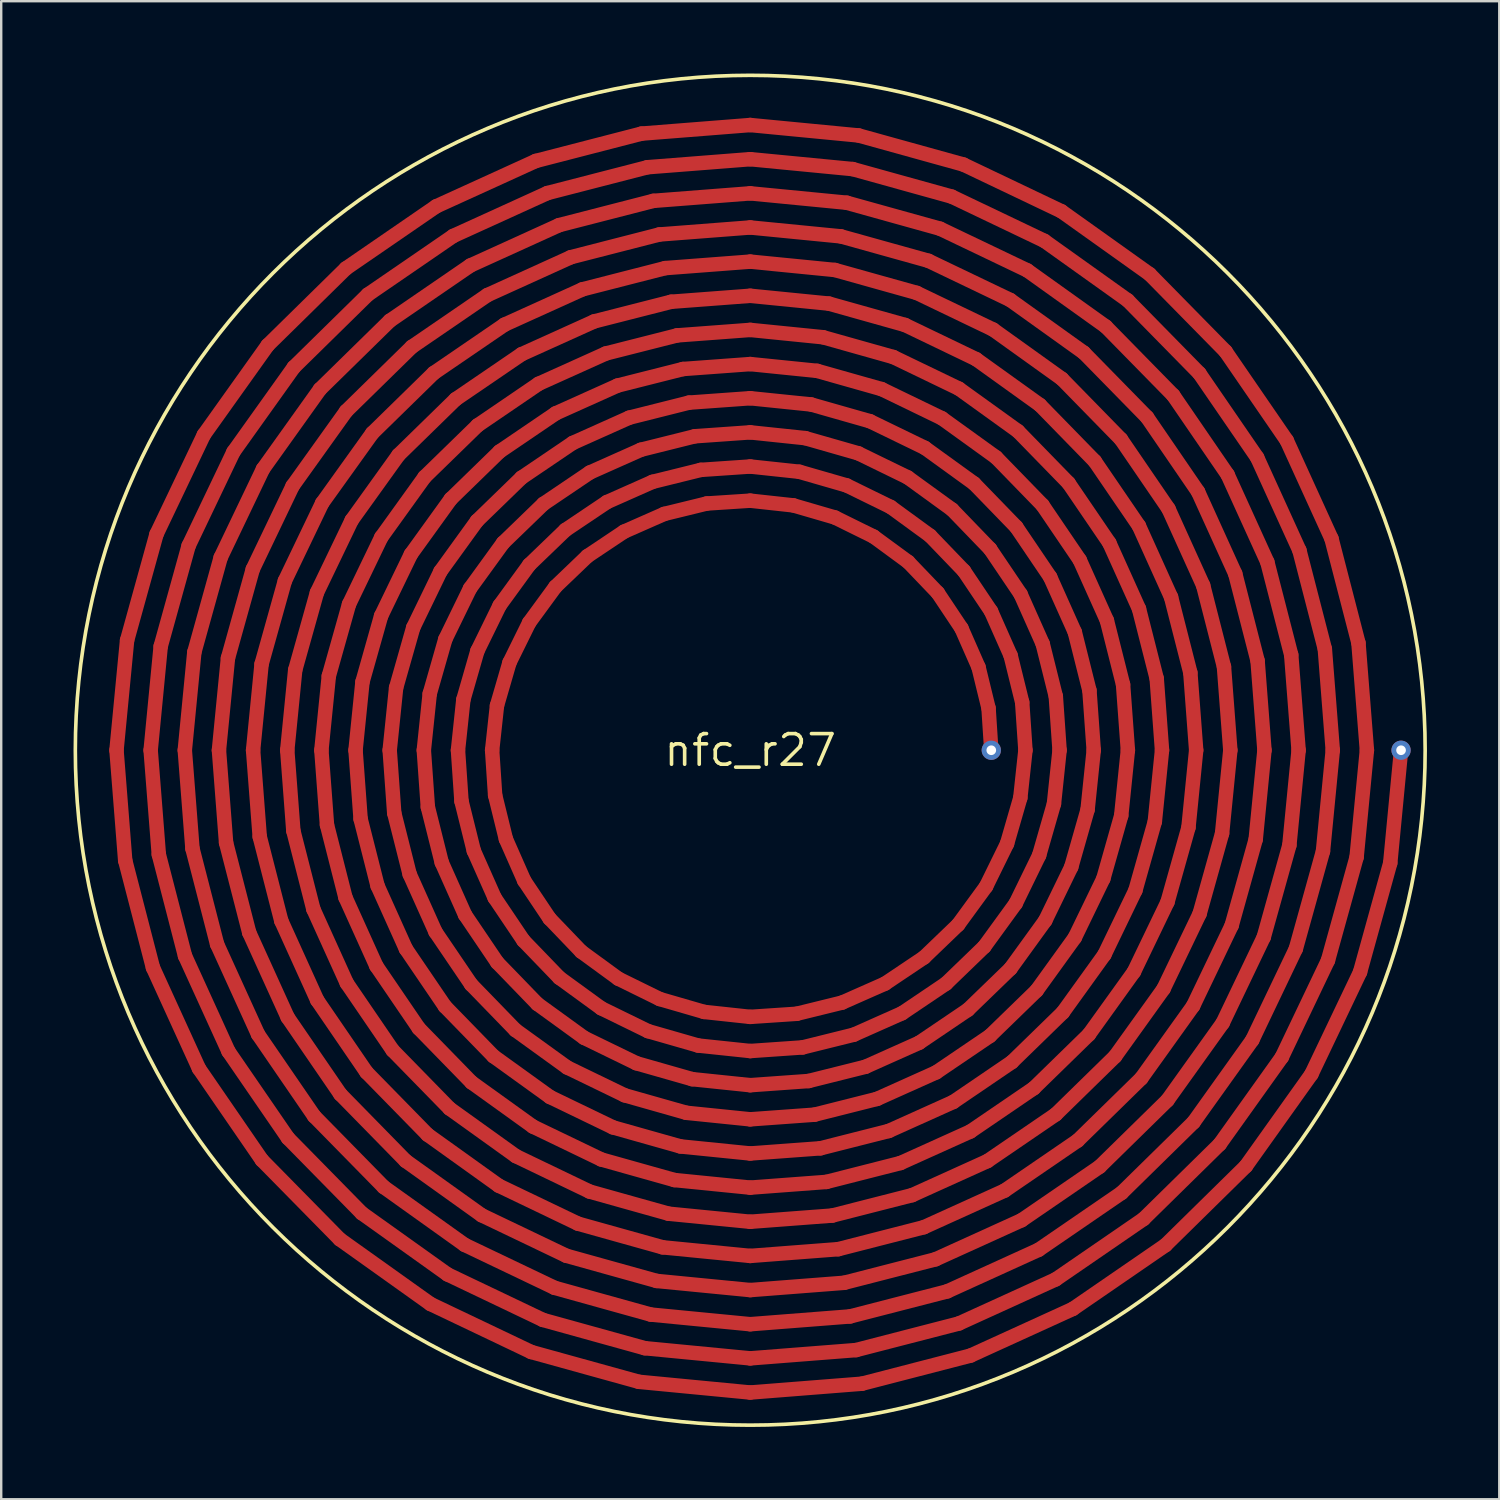
<source format=kicad_pcb>
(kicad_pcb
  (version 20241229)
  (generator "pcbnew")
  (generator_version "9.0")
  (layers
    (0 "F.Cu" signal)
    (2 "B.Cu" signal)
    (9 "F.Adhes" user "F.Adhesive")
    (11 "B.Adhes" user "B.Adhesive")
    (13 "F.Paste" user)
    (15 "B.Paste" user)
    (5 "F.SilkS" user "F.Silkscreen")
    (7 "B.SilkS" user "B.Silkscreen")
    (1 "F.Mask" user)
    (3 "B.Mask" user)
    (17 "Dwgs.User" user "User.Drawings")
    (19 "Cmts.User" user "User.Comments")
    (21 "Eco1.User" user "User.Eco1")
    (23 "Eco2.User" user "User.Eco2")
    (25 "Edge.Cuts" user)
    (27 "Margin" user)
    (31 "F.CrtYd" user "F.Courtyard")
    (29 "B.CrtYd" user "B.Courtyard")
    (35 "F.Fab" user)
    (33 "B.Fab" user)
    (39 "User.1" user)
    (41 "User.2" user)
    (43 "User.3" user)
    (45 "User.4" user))
  (footprint "nfc_r27"
    (layer "F.Cu")
    (at 28.075 28.075)
    (property "Reference" "nfc_r27" (at 0 0 0) (layer "F.SilkS") (effects (font (size 1.27 1.27) (thickness 0.15))))
    (fp_line (start -26.292 0) (end -25.853 -4.559) (stroke (width 0.6) (type default)) (layer "F.Cu"))
    (fp_line (start -25.931 4.572) (end -26.292 0) (stroke (width 0.6) (type default)) (layer "F.Cu"))
    (fp_line (start -25.853 -4.559) (end -24.632 -8.965) (stroke (width 0.6) (type default)) (layer "F.Cu"))
    (fp_line (start -24.875 0) (end -24.458 -4.313) (stroke (width 0.6) (type default)) (layer "F.Cu"))
    (fp_line (start -24.78 9.019) (end -25.931 4.572) (stroke (width 0.6) (type default)) (layer "F.Cu"))
    (fp_line (start -24.632 -8.965) (end -22.667 -13.087) (stroke (width 0.6) (type default)) (layer "F.Cu"))
    (fp_line (start -24.536 4.326) (end -24.875 0) (stroke (width 0.6) (type default)) (layer "F.Cu"))
    (fp_line (start -24.458 -4.313) (end -23.301 -8.481) (stroke (width 0.6) (type default)) (layer "F.Cu"))
    (fp_line (start -23.458 0) (end -23.063 -4.067) (stroke (width 0.6) (type default)) (layer "F.Cu"))
    (fp_line (start -23.449 8.535) (end -24.536 4.326) (stroke (width 0.6) (type default)) (layer "F.Cu"))
    (fp_line (start -23.301 -8.481) (end -21.44 -12.378) (stroke (width 0.6) (type default)) (layer "F.Cu"))
    (fp_line (start -23.141 4.08) (end -23.458 0) (stroke (width 0.6) (type default)) (layer "F.Cu"))
    (fp_line (start -23.063 -4.067) (end -21.97 -7.996) (stroke (width 0.6) (type default)) (layer "F.Cu"))
    (fp_line (start -22.871 13.205) (end -24.78 9.019) (stroke (width 0.6) (type default)) (layer "F.Cu"))
    (fp_line (start -22.667 -13.087) (end -20.02 -16.799) (stroke (width 0.6) (type default)) (layer "F.Cu"))
    (fp_line (start -22.118 8.05) (end -23.141 4.08) (stroke (width 0.6) (type default)) (layer "F.Cu"))
    (fp_line (start -22.042 0) (end -21.668 -3.821) (stroke (width 0.6) (type default)) (layer "F.Cu"))
    (fp_line (start -21.97 -7.996) (end -20.213 -11.67) (stroke (width 0.6) (type default)) (layer "F.Cu"))
    (fp_line (start -21.746 3.834) (end -22.042 0) (stroke (width 0.6) (type default)) (layer "F.Cu"))
    (fp_line (start -21.668 -3.821) (end -20.638 -7.512) (stroke (width 0.6) (type default)) (layer "F.Cu"))
    (fp_line (start -21.645 12.497) (end -23.449 8.535) (stroke (width 0.6) (type default)) (layer "F.Cu"))
    (fp_line (start -21.44 -12.378) (end -18.935 -15.888) (stroke (width 0.6) (type default)) (layer "F.Cu"))
    (fp_line (start -20.786 7.566) (end -21.746 3.834) (stroke (width 0.6) (type default)) (layer "F.Cu"))
    (fp_line (start -20.638 -7.512) (end -18.986 -10.962) (stroke (width 0.6) (type default)) (layer "F.Cu"))
    (fp_line (start -20.625 0) (end -20.273 -3.575) (stroke (width 0.6) (type default)) (layer "F.Cu"))
    (fp_line (start -20.418 11.788) (end -22.118 8.05) (stroke (width 0.6) (type default)) (layer "F.Cu"))
    (fp_line (start -20.35 3.588) (end -20.625 0) (stroke (width 0.6) (type default)) (layer "F.Cu"))
    (fp_line (start -20.273 -3.575) (end -19.307 -7.027) (stroke (width 0.6) (type default)) (layer "F.Cu"))
    (fp_line (start -20.261 17.001) (end -22.871 13.205) (stroke (width 0.6) (type default)) (layer "F.Cu"))
    (fp_line (start -20.213 -11.67) (end -17.85 -14.978) (stroke (width 0.6) (type default)) (layer "F.Cu"))
    (fp_line (start -20.02 -16.799) (end -16.773 -19.99) (stroke (width 0.6) (type default)) (layer "F.Cu"))
    (fp_line (start -19.455 7.081) (end -20.35 3.588) (stroke (width 0.6) (type default)) (layer "F.Cu"))
    (fp_line (start -19.307 -7.027) (end -17.76 -10.253) (stroke (width 0.6) (type default)) (layer "F.Cu"))
    (fp_line (start -19.208 0) (end -18.878 -3.329) (stroke (width 0.6) (type default)) (layer "F.Cu"))
    (fp_line (start -19.191 11.08) (end -20.786 7.566) (stroke (width 0.6) (type default)) (layer "F.Cu"))
    (fp_line (start -19.176 16.091) (end -21.645 12.497) (stroke (width 0.6) (type default)) (layer "F.Cu"))
    (fp_line (start -18.986 -10.962) (end -16.764 -14.067) (stroke (width 0.6) (type default)) (layer "F.Cu"))
    (fp_line (start -18.955 3.342) (end -19.208 0) (stroke (width 0.6) (type default)) (layer "F.Cu"))
    (fp_line (start -18.935 -15.888) (end -15.863 -18.905) (stroke (width 0.6) (type default)) (layer "F.Cu"))
    (fp_line (start -18.878 -3.329) (end -17.976 -6.543) (stroke (width 0.6) (type default)) (layer "F.Cu"))
    (fp_line (start -18.124 6.597) (end -18.955 3.342) (stroke (width 0.6) (type default)) (layer "F.Cu"))
    (fp_line (start -18.091 15.18) (end -20.418 11.788) (stroke (width 0.6) (type default)) (layer "F.Cu"))
    (fp_line (start -17.976 -6.543) (end -16.533 -9.545) (stroke (width 0.6) (type default)) (layer "F.Cu"))
    (fp_line (start -17.964 10.372) (end -19.455 7.081) (stroke (width 0.6) (type default)) (layer "F.Cu"))
    (fp_line (start -17.85 -14.978) (end -14.952 -17.819) (stroke (width 0.6) (type default)) (layer "F.Cu"))
    (fp_line (start -17.792 0) (end -17.483 -3.083) (stroke (width 0.6) (type default)) (layer "F.Cu"))
    (fp_line (start -17.76 -10.253) (end -15.679 -13.156) (stroke (width 0.6) (type default)) (layer "F.Cu"))
    (fp_line (start -17.56 3.096) (end -17.792 0) (stroke (width 0.6) (type default)) (layer "F.Cu"))
    (fp_line (start -17.483 -3.083) (end -16.645 -6.058) (stroke (width 0.6) (type default)) (layer "F.Cu"))
    (fp_line (start -17.026 20.291) (end -20.261 17.001) (stroke (width 0.6) (type default)) (layer "F.Cu"))
    (fp_line (start -17.005 14.269) (end -19.191 11.08) (stroke (width 0.6) (type default)) (layer "F.Cu"))
    (fp_line (start -16.793 6.112) (end -17.56 3.096) (stroke (width 0.6) (type default)) (layer "F.Cu"))
    (fp_line (start -16.773 -19.99) (end -13.028 -22.565) (stroke (width 0.6) (type default)) (layer "F.Cu"))
    (fp_line (start -16.764 -14.067) (end -14.042 -16.734) (stroke (width 0.6) (type default)) (layer "F.Cu"))
    (fp_line (start -16.737 9.663) (end -18.124 6.597) (stroke (width 0.6) (type default)) (layer "F.Cu"))
    (fp_line (start -16.645 -6.058) (end -15.306 -8.837) (stroke (width 0.6) (type default)) (layer "F.Cu"))
    (fp_line (start -16.533 -9.545) (end -14.594 -12.246) (stroke (width 0.6) (type default)) (layer "F.Cu"))
    (fp_line (start -16.375 0) (end -16.087 -2.837) (stroke (width 0.6) (type default)) (layer "F.Cu"))
    (fp_line (start -16.165 2.85) (end -16.375 0) (stroke (width 0.6) (type default)) (layer "F.Cu"))
    (fp_line (start -16.116 19.206) (end -19.176 16.091) (stroke (width 0.6) (type default)) (layer "F.Cu"))
    (fp_line (start -16.087 -2.837) (end -15.314 -5.574) (stroke (width 0.6) (type default)) (layer "F.Cu"))
    (fp_line (start -15.92 13.359) (end -17.964 10.372) (stroke (width 0.6) (type default)) (layer "F.Cu"))
    (fp_line (start -15.863 -18.905) (end -12.319 -21.338) (stroke (width 0.6) (type default)) (layer "F.Cu"))
    (fp_line (start -15.679 -13.156) (end -13.131 -15.649) (stroke (width 0.6) (type default)) (layer "F.Cu"))
    (fp_line (start -15.51 8.955) (end -16.793 6.112) (stroke (width 0.6) (type default)) (layer "F.Cu"))
    (fp_line (start -15.461 5.627) (end -16.165 2.85) (stroke (width 0.6) (type default)) (layer "F.Cu"))
    (fp_line (start -15.314 -5.574) (end -14.079 -8.128) (stroke (width 0.6) (type default)) (layer "F.Cu"))
    (fp_line (start -15.306 -8.837) (end -13.509 -11.335) (stroke (width 0.6) (type default)) (layer "F.Cu"))
    (fp_line (start -15.205 18.121) (end -18.091 15.18) (stroke (width 0.6) (type default)) (layer "F.Cu"))
    (fp_line (start -14.958 0) (end -14.692 -2.591) (stroke (width 0.6) (type default)) (layer "F.Cu"))
    (fp_line (start -14.952 -17.819) (end -11.611 -20.111) (stroke (width 0.6) (type default)) (layer "F.Cu"))
    (fp_line (start -14.835 12.448) (end -16.737 9.663) (stroke (width 0.6) (type default)) (layer "F.Cu"))
    (fp_line (start -14.77 2.604) (end -14.958 0) (stroke (width 0.6) (type default)) (layer "F.Cu"))
    (fp_line (start -14.692 -2.591) (end -13.982 -5.089) (stroke (width 0.6) (type default)) (layer "F.Cu"))
    (fp_line (start -14.594 -12.246) (end -12.22 -14.564) (stroke (width 0.6) (type default)) (layer "F.Cu"))
    (fp_line (start -14.295 17.036) (end -17.005 14.269) (stroke (width 0.6) (type default)) (layer "F.Cu"))
    (fp_line (start -14.283 8.247) (end -15.461 5.627) (stroke (width 0.6) (type default)) (layer "F.Cu"))
    (fp_line (start -14.13 5.143) (end -14.77 2.604) (stroke (width 0.6) (type default)) (layer "F.Cu"))
    (fp_line (start -14.079 -8.128) (end -12.423 -10.424) (stroke (width 0.6) (type default)) (layer "F.Cu"))
    (fp_line (start -14.042 -16.734) (end -10.903 -18.884) (stroke (width 0.6) (type default)) (layer "F.Cu"))
    (fp_line (start -13.982 -5.089) (end -12.852 -7.42) (stroke (width 0.6) (type default)) (layer "F.Cu"))
    (fp_line (start -13.75 11.537) (end -15.51 8.955) (stroke (width 0.6) (type default)) (layer "F.Cu"))
    (fp_line (start -13.542 0) (end -13.297 -2.345) (stroke (width 0.6) (type default)) (layer "F.Cu"))
    (fp_line (start -13.509 -11.335) (end -11.31 -13.478) (stroke (width 0.6) (type default)) (layer "F.Cu"))
    (fp_line (start -13.384 15.95) (end -15.92 13.359) (stroke (width 0.6) (type default)) (layer "F.Cu"))
    (fp_line (start -13.375 2.358) (end -13.542 0) (stroke (width 0.6) (type default)) (layer "F.Cu"))
    (fp_line (start -13.297 -2.345) (end -12.651 -4.605) (stroke (width 0.6) (type default)) (layer "F.Cu"))
    (fp_line (start -13.264 22.974) (end -17.026 20.291) (stroke (width 0.6) (type default)) (layer "F.Cu"))
    (fp_line (start -13.131 -15.649) (end -10.194 -17.657) (stroke (width 0.6) (type default)) (layer "F.Cu"))
    (fp_line (start -13.057 7.538) (end -14.13 5.143) (stroke (width 0.6) (type default)) (layer "F.Cu"))
    (fp_line (start -13.028 -22.565) (end -8.898 -24.447) (stroke (width 0.6) (type default)) (layer "F.Cu"))
    (fp_line (start -12.852 -7.42) (end -11.338 -9.514) (stroke (width 0.6) (type default)) (layer "F.Cu"))
    (fp_line (start -12.799 4.658) (end -13.375 2.358) (stroke (width 0.6) (type default)) (layer "F.Cu"))
    (fp_line (start -12.665 10.627) (end -14.283 8.247) (stroke (width 0.6) (type default)) (layer "F.Cu"))
    (fp_line (start -12.651 -4.605) (end -11.625 -6.712) (stroke (width 0.6) (type default)) (layer "F.Cu"))
    (fp_line (start -12.556 21.747) (end -16.116 19.206) (stroke (width 0.6) (type default)) (layer "F.Cu"))
    (fp_line (start -12.473 14.865) (end -14.835 12.448) (stroke (width 0.6) (type default)) (layer "F.Cu"))
    (fp_line (start -12.423 -10.424) (end -10.399 -12.393) (stroke (width 0.6) (type default)) (layer "F.Cu"))
    (fp_line (start -12.319 -21.338) (end -8.414 -23.116) (stroke (width 0.6) (type default)) (layer "F.Cu"))
    (fp_line (start -12.22 -14.564) (end -9.486 -16.43) (stroke (width 0.6) (type default)) (layer "F.Cu"))
    (fp_line (start -12.125 0) (end -11.902 -2.099) (stroke (width 0.6) (type default)) (layer "F.Cu"))
    (fp_line (start -11.98 2.112) (end -12.125 0) (stroke (width 0.6) (type default)) (layer "F.Cu"))
    (fp_line (start -11.902 -2.099) (end -11.32 -4.12) (stroke (width 0.6) (type default)) (layer "F.Cu"))
    (fp_line (start -11.847 20.52) (end -15.205 18.121) (stroke (width 0.6) (type default)) (layer "F.Cu"))
    (fp_line (start -11.83 6.83) (end -12.799 4.658) (stroke (width 0.6) (type default)) (layer "F.Cu"))
    (fp_line (start -11.625 -6.712) (end -10.253 -8.603) (stroke (width 0.6) (type default)) (layer "F.Cu"))
    (fp_line (start -11.611 -20.111) (end -7.929 -21.785) (stroke (width 0.6) (type default)) (layer "F.Cu"))
    (fp_line (start -11.579 9.716) (end -13.057 7.538) (stroke (width 0.6) (type default)) (layer "F.Cu"))
    (fp_line (start -11.563 13.78) (end -13.75 11.537) (stroke (width 0.6) (type default)) (layer "F.Cu"))
    (fp_line (start -11.468 4.174) (end -11.98 2.112) (stroke (width 0.6) (type default)) (layer "F.Cu"))
    (fp_line (start -11.338 -9.514) (end -9.489 -11.308) (stroke (width 0.6) (type default)) (layer "F.Cu"))
    (fp_line (start -11.32 -4.12) (end -10.398 -6.003) (stroke (width 0.6) (type default)) (layer "F.Cu"))
    (fp_line (start -11.31 -13.478) (end -8.778 -15.204) (stroke (width 0.6) (type default)) (layer "F.Cu"))
    (fp_line (start -11.139 19.293) (end -14.295 17.036) (stroke (width 0.6) (type default)) (layer "F.Cu"))
    (fp_line (start -10.903 -18.884) (end -7.444 -20.454) (stroke (width 0.6) (type default)) (layer "F.Cu"))
    (fp_line (start -10.708 0) (end -10.507 -1.853) (stroke (width 0.6) (type default)) (layer "F.Cu"))
    (fp_line (start -10.652 12.695) (end -12.665 10.627) (stroke (width 0.6) (type default)) (layer "F.Cu"))
    (fp_line (start -10.603 6.122) (end -11.468 4.174) (stroke (width 0.6) (type default)) (layer "F.Cu"))
    (fp_line (start -10.584 1.866) (end -10.708 0) (stroke (width 0.6) (type default)) (layer "F.Cu"))
    (fp_line (start -10.507 -1.853) (end -9.989 -3.636) (stroke (width 0.6) (type default)) (layer "F.Cu"))
    (fp_line (start -10.494 8.806) (end -11.83 6.83) (stroke (width 0.6) (type default)) (layer "F.Cu"))
    (fp_line (start -10.431 18.066) (end -13.384 15.95) (stroke (width 0.6) (type default)) (layer "F.Cu"))
    (fp_line (start -10.399 -12.393) (end -8.069 -13.977) (stroke (width 0.6) (type default)) (layer "F.Cu"))
    (fp_line (start -10.398 -6.003) (end -9.168 -7.693) (stroke (width 0.6) (type default)) (layer "F.Cu"))
    (fp_line (start -10.253 -8.603) (end -8.578 -10.223) (stroke (width 0.6) (type default)) (layer "F.Cu"))
    (fp_line (start -10.194 -17.657) (end -6.96 -19.122) (stroke (width 0.6) (type default)) (layer "F.Cu"))
    (fp_line (start -10.136 3.689) (end -10.584 1.866) (stroke (width 0.6) (type default)) (layer "F.Cu"))
    (fp_line (start -9.989 -3.636) (end -9.171 -5.295) (stroke (width 0.6) (type default)) (layer "F.Cu"))
    (fp_line (start -9.742 11.609) (end -11.579 9.716) (stroke (width 0.6) (type default)) (layer "F.Cu"))
    (fp_line (start -9.722 16.839) (end -12.473 14.865) (stroke (width 0.6) (type default)) (layer "F.Cu"))
    (fp_line (start -9.489 -11.308) (end -7.361 -12.75) (stroke (width 0.6) (type default)) (layer "F.Cu"))
    (fp_line (start -9.486 -16.43) (end -6.475 -17.791) (stroke (width 0.6) (type default)) (layer "F.Cu"))
    (fp_line (start -9.409 7.895) (end -10.603 6.122) (stroke (width 0.6) (type default)) (layer "F.Cu"))
    (fp_line (start -9.376 5.413) (end -10.136 3.689) (stroke (width 0.6) (type default)) (layer "F.Cu"))
    (fp_line (start -9.171 -5.295) (end -8.082 -6.782) (stroke (width 0.6) (type default)) (layer "F.Cu"))
    (fp_line (start -9.168 -7.693) (end -7.667 -9.138) (stroke (width 0.6) (type default)) (layer "F.Cu"))
    (fp_line (start -9.086 24.965) (end -13.264 22.974) (stroke (width 0.6) (type default)) (layer "F.Cu"))
    (fp_line (start -9.014 15.613) (end -11.563 13.78) (stroke (width 0.6) (type default)) (layer "F.Cu"))
    (fp_line (start -8.898 -24.447) (end -4.511 -25.582) (stroke (width 0.6) (type default)) (layer "F.Cu"))
    (fp_line (start -8.831 10.524) (end -10.494 8.806) (stroke (width 0.6) (type default)) (layer "F.Cu"))
    (fp_line (start -8.778 -15.204) (end -5.991 -16.46) (stroke (width 0.6) (type default)) (layer "F.Cu"))
    (fp_line (start -8.602 23.634) (end -12.556 21.747) (stroke (width 0.6) (type default)) (layer "F.Cu"))
    (fp_line (start -8.578 -10.223) (end -6.653 -11.523) (stroke (width 0.6) (type default)) (layer "F.Cu"))
    (fp_line (start -8.414 -23.116) (end -4.265 -24.187) (stroke (width 0.6) (type default)) (layer "F.Cu"))
    (fp_line (start -8.324 6.984) (end -9.376 5.413) (stroke (width 0.6) (type default)) (layer "F.Cu"))
    (fp_line (start -8.306 14.386) (end -10.652 12.695) (stroke (width 0.6) (type default)) (layer "F.Cu"))
    (fp_line (start -8.117 22.302) (end -11.847 20.52) (stroke (width 0.6) (type default)) (layer "F.Cu"))
    (fp_line (start -8.082 -6.782) (end -6.757 -8.052) (stroke (width 0.6) (type default)) (layer "F.Cu"))
    (fp_line (start -8.069 -13.977) (end -5.506 -15.129) (stroke (width 0.6) (type default)) (layer "F.Cu"))
    (fp_line (start -7.929 -21.785) (end -4.019 -22.792) (stroke (width 0.6) (type default)) (layer "F.Cu"))
    (fp_line (start -7.92 9.439) (end -9.409 7.895) (stroke (width 0.6) (type default)) (layer "F.Cu"))
    (fp_line (start -7.667 -9.138) (end -5.944 -10.296) (stroke (width 0.6) (type default)) (layer "F.Cu"))
    (fp_line (start -7.633 20.971) (end -11.139 19.293) (stroke (width 0.6) (type default)) (layer "F.Cu"))
    (fp_line (start -7.597 13.159) (end -9.742 11.609) (stroke (width 0.6) (type default)) (layer "F.Cu"))
    (fp_line (start -7.444 -20.454) (end -3.773 -21.397) (stroke (width 0.6) (type default)) (layer "F.Cu"))
    (fp_line (start -7.361 -12.75) (end -5.022 -13.797) (stroke (width 0.6) (type default)) (layer "F.Cu"))
    (fp_line (start -7.148 19.64) (end -10.431 18.066) (stroke (width 0.6) (type default)) (layer "F.Cu"))
    (fp_line (start -7.01 8.354) (end -8.324 6.984) (stroke (width 0.6) (type default)) (layer "F.Cu"))
    (fp_line (start -6.96 -19.122) (end -3.527 -20.002) (stroke (width 0.6) (type default)) (layer "F.Cu"))
    (fp_line (start -6.889 11.932) (end -8.831 10.524) (stroke (width 0.6) (type default)) (layer "F.Cu"))
    (fp_line (start -6.757 -8.052) (end -5.236 -9.069) (stroke (width 0.6) (type default)) (layer "F.Cu"))
    (fp_line (start -6.664 18.309) (end -9.722 16.839) (stroke (width 0.6) (type default)) (layer "F.Cu"))
    (fp_line (start -6.653 -11.523) (end -4.537 -12.466) (stroke (width 0.6) (type default)) (layer "F.Cu"))
    (fp_line (start -6.475 -17.791) (end -3.281 -18.606) (stroke (width 0.6) (type default)) (layer "F.Cu"))
    (fp_line (start -6.181 10.705) (end -7.92 9.439) (stroke (width 0.6) (type default)) (layer "F.Cu"))
    (fp_line (start -6.179 16.978) (end -9.014 15.613) (stroke (width 0.6) (type default)) (layer "F.Cu"))
    (fp_line (start -5.991 -16.46) (end -3.035 -17.211) (stroke (width 0.6) (type default)) (layer "F.Cu"))
    (fp_line (start -5.944 -10.296) (end -4.053 -11.135) (stroke (width 0.6) (type default)) (layer "F.Cu"))
    (fp_line (start -5.695 15.646) (end -8.306 14.386) (stroke (width 0.6) (type default)) (layer "F.Cu"))
    (fp_line (start -5.506 -15.129) (end -2.789 -15.816) (stroke (width 0.6) (type default)) (layer "F.Cu"))
    (fp_line (start -5.472 9.478) (end -7.01 8.354) (stroke (width 0.6) (type default)) (layer "F.Cu"))
    (fp_line (start -5.236 -9.069) (end -3.568 -9.804) (stroke (width 0.6) (type default)) (layer "F.Cu"))
    (fp_line (start -5.21 14.315) (end -7.597 13.159) (stroke (width 0.6) (type default)) (layer "F.Cu"))
    (fp_line (start -5.022 -13.797) (end -2.543 -14.421) (stroke (width 0.6) (type default)) (layer "F.Cu"))
    (fp_line (start -4.726 12.984) (end -6.889 11.932) (stroke (width 0.6) (type default)) (layer "F.Cu"))
    (fp_line (start -4.62 26.202) (end -9.086 24.965) (stroke (width 0.6) (type default)) (layer "F.Cu"))
    (fp_line (start -4.537 -12.466) (end -2.297 -13.026) (stroke (width 0.6) (type default)) (layer "F.Cu"))
    (fp_line (start -4.511 -25.582) (end 0 -25.938) (stroke (width 0.6) (type default)) (layer "F.Cu"))
    (fp_line (start -4.374 24.807) (end -8.602 23.634) (stroke (width 0.6) (type default)) (layer "F.Cu"))
    (fp_line (start -4.265 -24.187) (end 0 -24.521) (stroke (width 0.6) (type default)) (layer "F.Cu"))
    (fp_line (start -4.241 11.653) (end -6.181 10.705) (stroke (width 0.6) (type default)) (layer "F.Cu"))
    (fp_line (start -4.128 23.412) (end -8.117 22.302) (stroke (width 0.6) (type default)) (layer "F.Cu"))
    (fp_line (start -4.053 -11.135) (end -2.051 -11.631) (stroke (width 0.6) (type default)) (layer "F.Cu"))
    (fp_line (start -4.019 -22.792) (end 0 -23.104) (stroke (width 0.6) (type default)) (layer "F.Cu"))
    (fp_line (start -3.882 22.017) (end -7.633 20.971) (stroke (width 0.6) (type default)) (layer "F.Cu"))
    (fp_line (start -3.773 -21.397) (end 0 -21.688) (stroke (width 0.6) (type default)) (layer "F.Cu"))
    (fp_line (start -3.757 10.321) (end -5.472 9.478) (stroke (width 0.6) (type default)) (layer "F.Cu"))
    (fp_line (start -3.636 20.622) (end -7.148 19.64) (stroke (width 0.6) (type default)) (layer "F.Cu"))
    (fp_line (start -3.568 -9.804) (end -1.805 -10.236) (stroke (width 0.6) (type default)) (layer "F.Cu"))
    (fp_line (start -3.527 -20.002) (end 0 -20.271) (stroke (width 0.6) (type default)) (layer "F.Cu"))
    (fp_line (start -3.39 19.227) (end -6.664 18.309) (stroke (width 0.6) (type default)) (layer "F.Cu"))
    (fp_line (start -3.281 -18.606) (end 0 -18.854) (stroke (width 0.6) (type default)) (layer "F.Cu"))
    (fp_line (start -3.144 17.831) (end -6.179 16.978) (stroke (width 0.6) (type default)) (layer "F.Cu"))
    (fp_line (start -3.035 -17.211) (end 0 -17.438) (stroke (width 0.6) (type default)) (layer "F.Cu"))
    (fp_line (start -2.898 16.436) (end -5.695 15.646) (stroke (width 0.6) (type default)) (layer "F.Cu"))
    (fp_line (start -2.789 -15.816) (end 0 -16.021) (stroke (width 0.6) (type default)) (layer "F.Cu"))
    (fp_line (start -2.652 15.041) (end -5.21 14.315) (stroke (width 0.6) (type default)) (layer "F.Cu"))
    (fp_line (start -2.543 -14.421) (end 0 -14.604) (stroke (width 0.6) (type default)) (layer "F.Cu"))
    (fp_line (start -2.406 13.646) (end -4.726 12.984) (stroke (width 0.6) (type default)) (layer "F.Cu"))
    (fp_line (start -2.297 -13.026) (end 0 -13.188) (stroke (width 0.6) (type default)) (layer "F.Cu"))
    (fp_line (start -2.16 12.251) (end -4.241 11.653) (stroke (width 0.6) (type default)) (layer "F.Cu"))
    (fp_line (start -2.051 -11.631) (end 0 -11.771) (stroke (width 0.6) (type default)) (layer "F.Cu"))
    (fp_line (start -1.914 10.856) (end -3.757 10.321) (stroke (width 0.6) (type default)) (layer "F.Cu"))
    (fp_line (start -1.805 -10.236) (end 0 -10.354) (stroke (width 0.6) (type default)) (layer "F.Cu"))
    (fp_line (start 0 -25.938) (end 4.497 -25.505) (stroke (width 0.6) (type default)) (layer "F.Cu"))
    (fp_line (start 0 -24.521) (end 4.251 -24.11) (stroke (width 0.6) (type default)) (layer "F.Cu"))
    (fp_line (start 0 -23.104) (end 4.005 -22.714) (stroke (width 0.6) (type default)) (layer "F.Cu"))
    (fp_line (start 0 -21.688) (end 3.759 -21.319) (stroke (width 0.6) (type default)) (layer "F.Cu"))
    (fp_line (start 0 -20.271) (end 3.513 -19.924) (stroke (width 0.6) (type default)) (layer "F.Cu"))
    (fp_line (start 0 -18.854) (end 3.267 -18.529) (stroke (width 0.6) (type default)) (layer "F.Cu"))
    (fp_line (start 0 -17.438) (end 3.021 -17.134) (stroke (width 0.6) (type default)) (layer "F.Cu"))
    (fp_line (start 0 -16.021) (end 2.775 -15.739) (stroke (width 0.6) (type default)) (layer "F.Cu"))
    (fp_line (start 0 -14.604) (end 2.529 -14.344) (stroke (width 0.6) (type default)) (layer "F.Cu"))
    (fp_line (start 0 -13.188) (end 2.283 -12.948) (stroke (width 0.6) (type default)) (layer "F.Cu"))
    (fp_line (start 0 -11.771) (end 2.037 -11.553) (stroke (width 0.6) (type default)) (layer "F.Cu"))
    (fp_line (start 0 -10.354) (end 1.791 -10.158) (stroke (width 0.6) (type default)) (layer "F.Cu"))
    (fp_line (start 0 11.062) (end -1.914 10.856) (stroke (width 0.6) (type default)) (layer "F.Cu"))
    (fp_line (start 0 12.479) (end -2.16 12.251) (stroke (width 0.6) (type default)) (layer "F.Cu"))
    (fp_line (start 0 13.896) (end -2.406 13.646) (stroke (width 0.6) (type default)) (layer "F.Cu"))
    (fp_line (start 0 15.312) (end -2.652 15.041) (stroke (width 0.6) (type default)) (layer "F.Cu"))
    (fp_line (start 0 16.729) (end -2.898 16.436) (stroke (width 0.6) (type default)) (layer "F.Cu"))
    (fp_line (start 0 18.146) (end -3.144 17.831) (stroke (width 0.6) (type default)) (layer "F.Cu"))
    (fp_line (start 0 19.562) (end -3.39 19.227) (stroke (width 0.6) (type default)) (layer "F.Cu"))
    (fp_line (start 0 20.979) (end -3.636 20.622) (stroke (width 0.6) (type default)) (layer "F.Cu"))
    (fp_line (start 0 22.396) (end -3.882 22.017) (stroke (width 0.6) (type default)) (layer "F.Cu"))
    (fp_line (start 0 23.812) (end -4.128 23.412) (stroke (width 0.6) (type default)) (layer "F.Cu"))
    (fp_line (start 0 25.229) (end -4.374 24.807) (stroke (width 0.6) (type default)) (layer "F.Cu"))
    (fp_line (start 0 26.646) (end -4.62 26.202) (stroke (width 0.6) (type default)) (layer "F.Cu"))
    (fp_line (start 1.791 -10.158) (end 3.514 -9.656) (stroke (width 0.6) (type default)) (layer "F.Cu"))
    (fp_line (start 1.928 10.933) (end 0 11.062) (stroke (width 0.6) (type default)) (layer "F.Cu"))
    (fp_line (start 2.037 -11.553) (end 3.999 -10.987) (stroke (width 0.6) (type default)) (layer "F.Cu"))
    (fp_line (start 2.174 12.328) (end 0 12.479) (stroke (width 0.6) (type default)) (layer "F.Cu"))
    (fp_line (start 2.283 -12.948) (end 4.483 -12.318) (stroke (width 0.6) (type default)) (layer "F.Cu"))
    (fp_line (start 2.42 13.723) (end 0 13.896) (stroke (width 0.6) (type default)) (layer "F.Cu"))
    (fp_line (start 2.529 -14.344) (end 4.968 -13.649) (stroke (width 0.6) (type default)) (layer "F.Cu"))
    (fp_line (start 2.666 15.119) (end 0 15.312) (stroke (width 0.6) (type default)) (layer "F.Cu"))
    (fp_line (start 2.775 -15.739) (end 5.453 -14.981) (stroke (width 0.6) (type default)) (layer "F.Cu"))
    (fp_line (start 2.912 16.514) (end 0 16.729) (stroke (width 0.6) (type default)) (layer "F.Cu"))
    (fp_line (start 3.021 -17.134) (end 5.937 -16.312) (stroke (width 0.6) (type default)) (layer "F.Cu"))
    (fp_line (start 3.158 17.909) (end 0 18.146) (stroke (width 0.6) (type default)) (layer "F.Cu"))
    (fp_line (start 3.267 -18.529) (end 6.422 -17.643) (stroke (width 0.6) (type default)) (layer "F.Cu"))
    (fp_line (start 3.404 19.304) (end 0 19.562) (stroke (width 0.6) (type default)) (layer "F.Cu"))
    (fp_line (start 3.513 -19.924) (end 6.906 -18.974) (stroke (width 0.6) (type default)) (layer "F.Cu"))
    (fp_line (start 3.514 -9.656) (end 5.118 -8.865) (stroke (width 0.6) (type default)) (layer "F.Cu"))
    (fp_line (start 3.65 20.699) (end 0 20.979) (stroke (width 0.6) (type default)) (layer "F.Cu"))
    (fp_line (start 3.759 -21.319) (end 7.391 -20.306) (stroke (width 0.6) (type default)) (layer "F.Cu"))
    (fp_line (start 3.811 10.469) (end 1.928 10.933) (stroke (width 0.6) (type default)) (layer "F.Cu"))
    (fp_line (start 3.896 22.094) (end 0 22.396) (stroke (width 0.6) (type default)) (layer "F.Cu"))
    (fp_line (start 3.999 -10.987) (end 5.826 -10.092) (stroke (width 0.6) (type default)) (layer "F.Cu"))
    (fp_line (start 4.005 -22.714) (end 7.875 -21.637) (stroke (width 0.6) (type default)) (layer "F.Cu"))
    (fp_line (start 4.142 23.489) (end 0 23.812) (stroke (width 0.6) (type default)) (layer "F.Cu"))
    (fp_line (start 4.251 -24.11) (end 8.36 -22.968) (stroke (width 0.6) (type default)) (layer "F.Cu"))
    (fp_line (start 4.295 11.801) (end 2.174 12.328) (stroke (width 0.6) (type default)) (layer "F.Cu"))
    (fp_line (start 4.388 24.885) (end 0 25.229) (stroke (width 0.6) (type default)) (layer "F.Cu"))
    (fp_line (start 4.483 -12.318) (end 6.535 -11.318) (stroke (width 0.6) (type default)) (layer "F.Cu"))
    (fp_line (start 4.497 -25.505) (end 8.844 -24.299) (stroke (width 0.6) (type default)) (layer "F.Cu"))
    (fp_line (start 4.634 26.28) (end 0 26.646) (stroke (width 0.6) (type default)) (layer "F.Cu"))
    (fp_line (start 4.78 13.132) (end 2.42 13.723) (stroke (width 0.6) (type default)) (layer "F.Cu"))
    (fp_line (start 4.968 -13.649) (end 7.243 -12.545) (stroke (width 0.6) (type default)) (layer "F.Cu"))
    (fp_line (start 5.118 -8.865) (end 6.554 -7.811) (stroke (width 0.6) (type default)) (layer "F.Cu"))
    (fp_line (start 5.264 14.463) (end 2.666 15.119) (stroke (width 0.6) (type default)) (layer "F.Cu"))
    (fp_line (start 5.453 -14.981) (end 7.951 -13.772) (stroke (width 0.6) (type default)) (layer "F.Cu"))
    (fp_line (start 5.59 9.683) (end 3.811 10.469) (stroke (width 0.6) (type default)) (layer "F.Cu"))
    (fp_line (start 5.749 15.794) (end 2.912 16.514) (stroke (width 0.6) (type default)) (layer "F.Cu"))
    (fp_line (start 5.826 -10.092) (end 7.465 -8.896) (stroke (width 0.6) (type default)) (layer "F.Cu"))
    (fp_line (start 5.937 -16.312) (end 8.66 -14.999) (stroke (width 0.6) (type default)) (layer "F.Cu"))
    (fp_line (start 6.233 17.125) (end 3.158 17.909) (stroke (width 0.6) (type default)) (layer "F.Cu"))
    (fp_line (start 6.299 10.91) (end 4.295 11.801) (stroke (width 0.6) (type default)) (layer "F.Cu"))
    (fp_line (start 6.422 -17.643) (end 9.368 -16.226) (stroke (width 0.6) (type default)) (layer "F.Cu"))
    (fp_line (start 6.535 -11.318) (end 8.376 -9.982) (stroke (width 0.6) (type default)) (layer "F.Cu"))
    (fp_line (start 6.554 -7.811) (end 7.781 -6.529) (stroke (width 0.6) (type default)) (layer "F.Cu"))
    (fp_line (start 6.718 18.457) (end 3.404 19.304) (stroke (width 0.6) (type default)) (layer "F.Cu"))
    (fp_line (start 6.906 -18.974) (end 10.076 -17.453) (stroke (width 0.6) (type default)) (layer "F.Cu"))
    (fp_line (start 7.007 12.136) (end 4.78 13.132) (stroke (width 0.6) (type default)) (layer "F.Cu"))
    (fp_line (start 7.202 19.788) (end 3.65 20.699) (stroke (width 0.6) (type default)) (layer "F.Cu"))
    (fp_line (start 7.212 8.595) (end 5.59 9.683) (stroke (width 0.6) (type default)) (layer "F.Cu"))
    (fp_line (start 7.243 -12.545) (end 9.286 -11.067) (stroke (width 0.6) (type default)) (layer "F.Cu"))
    (fp_line (start 7.391 -20.306) (end 10.785 -18.68) (stroke (width 0.6) (type default)) (layer "F.Cu"))
    (fp_line (start 7.465 -8.896) (end 8.866 -7.44) (stroke (width 0.6) (type default)) (layer "F.Cu"))
    (fp_line (start 7.687 21.119) (end 3.896 22.094) (stroke (width 0.6) (type default)) (layer "F.Cu"))
    (fp_line (start 7.715 13.363) (end 5.264 14.463) (stroke (width 0.6) (type default)) (layer "F.Cu"))
    (fp_line (start 7.781 -6.529) (end 8.762 -5.059) (stroke (width 0.6) (type default)) (layer "F.Cu"))
    (fp_line (start 7.875 -21.637) (end 11.493 -19.907) (stroke (width 0.6) (type default)) (layer "F.Cu"))
    (fp_line (start 7.951 -13.772) (end 10.197 -12.152) (stroke (width 0.6) (type default)) (layer "F.Cu"))
    (fp_line (start 8.123 9.68) (end 6.299 10.91) (stroke (width 0.6) (type default)) (layer "F.Cu"))
    (fp_line (start 8.171 22.45) (end 4.142 23.489) (stroke (width 0.6) (type default)) (layer "F.Cu"))
    (fp_line (start 8.36 -22.968) (end 12.201 -21.133) (stroke (width 0.6) (type default)) (layer "F.Cu"))
    (fp_line (start 8.376 -9.982) (end 9.951 -8.35) (stroke (width 0.6) (type default)) (layer "F.Cu"))
    (fp_line (start 8.424 14.59) (end 5.749 15.794) (stroke (width 0.6) (type default)) (layer "F.Cu"))
    (fp_line (start 8.625 7.237) (end 7.212 8.595) (stroke (width 0.6) (type default)) (layer "F.Cu"))
    (fp_line (start 8.656 23.782) (end 4.388 24.885) (stroke (width 0.6) (type default)) (layer "F.Cu"))
    (fp_line (start 8.66 -14.999) (end 11.107 -13.237) (stroke (width 0.6) (type default)) (layer "F.Cu"))
    (fp_line (start 8.762 -5.059) (end 9.471 -3.447) (stroke (width 0.6) (type default)) (layer "F.Cu"))
    (fp_line (start 8.844 -24.299) (end 12.91 -22.36) (stroke (width 0.6) (type default)) (layer "F.Cu"))
    (fp_line (start 8.866 -7.44) (end 9.989 -5.767) (stroke (width 0.6) (type default)) (layer "F.Cu"))
    (fp_line (start 9.033 10.765) (end 7.007 12.136) (stroke (width 0.6) (type default)) (layer "F.Cu"))
    (fp_line (start 9.132 15.817) (end 6.233 17.125) (stroke (width 0.6) (type default)) (layer "F.Cu"))
    (fp_line (start 9.14 25.113) (end 4.634 26.28) (stroke (width 0.6) (type default)) (layer "F.Cu"))
    (fp_line (start 9.286 -11.067) (end 11.037 -9.261) (stroke (width 0.6) (type default)) (layer "F.Cu"))
    (fp_line (start 9.368 -16.226) (end 12.018 -14.323) (stroke (width 0.6) (type default)) (layer "F.Cu"))
    (fp_line (start 9.471 -3.447) (end 9.887 -1.743) (stroke (width 0.6) (type default)) (layer "F.Cu"))
    (fp_line (start 9.71 8.148) (end 8.123 9.68) (stroke (width 0.6) (type default)) (layer "F.Cu"))
    (fp_line (start 9.785 5.649) (end 8.625 7.237) (stroke (width 0.6) (type default)) (layer "F.Cu"))
    (fp_line (start 9.84 17.044) (end 6.718 18.457) (stroke (width 0.6) (type default)) (layer "F.Cu"))
    (fp_line (start 9.887 -1.743) (end 10 0) (stroke (width 0.6) (type default)) (layer "F.Cu"))
    (fp_line (start 9.944 11.851) (end 7.715 13.363) (stroke (width 0.6) (type default)) (layer "F.Cu"))
    (fp_line (start 9.951 -8.35) (end 11.216 -6.476) (stroke (width 0.6) (type default)) (layer "F.Cu"))
    (fp_line (start 9.989 -5.767) (end 10.802 -3.932) (stroke (width 0.6) (type default)) (layer "F.Cu"))
    (fp_line (start 10.076 -17.453) (end 12.929 -15.408) (stroke (width 0.6) (type default)) (layer "F.Cu"))
    (fp_line (start 10.197 -12.152) (end 12.122 -10.172) (stroke (width 0.6) (type default)) (layer "F.Cu"))
    (fp_line (start 10.549 18.271) (end 7.202 19.788) (stroke (width 0.6) (type default)) (layer "F.Cu"))
    (fp_line (start 10.654 3.878) (end 9.785 5.649) (stroke (width 0.6) (type default)) (layer "F.Cu"))
    (fp_line (start 10.785 -18.68) (end 13.839 -16.493) (stroke (width 0.6) (type default)) (layer "F.Cu"))
    (fp_line (start 10.796 9.059) (end 9.033 10.765) (stroke (width 0.6) (type default)) (layer "F.Cu"))
    (fp_line (start 10.802 -3.932) (end 11.282 -1.989) (stroke (width 0.6) (type default)) (layer "F.Cu"))
    (fp_line (start 10.854 12.936) (end 8.424 14.59) (stroke (width 0.6) (type default)) (layer "F.Cu"))
    (fp_line (start 11.012 6.358) (end 9.71 8.148) (stroke (width 0.6) (type default)) (layer "F.Cu"))
    (fp_line (start 11.037 -9.261) (end 12.443 -7.184) (stroke (width 0.6) (type default)) (layer "F.Cu"))
    (fp_line (start 11.107 -13.237) (end 13.207 -11.082) (stroke (width 0.6) (type default)) (layer "F.Cu"))
    (fp_line (start 11.204 1.976) (end 10.654 3.878) (stroke (width 0.6) (type default)) (layer "F.Cu"))
    (fp_line (start 11.216 -6.476) (end 12.133 -4.416) (stroke (width 0.6) (type default)) (layer "F.Cu"))
    (fp_line (start 11.257 19.498) (end 7.687 21.119) (stroke (width 0.6) (type default)) (layer "F.Cu"))
    (fp_line (start 11.282 -1.989) (end 11.417 0) (stroke (width 0.6) (type default)) (layer "F.Cu"))
    (fp_line (start 11.417 0) (end 11.204 1.976) (stroke (width 0.6) (type default)) (layer "F.Cu"))
    (fp_line (start 11.493 -19.907) (end 14.75 -17.578) (stroke (width 0.6) (type default)) (layer "F.Cu"))
    (fp_line (start 11.765 14.021) (end 9.132 15.817) (stroke (width 0.6) (type default)) (layer "F.Cu"))
    (fp_line (start 11.881 9.969) (end 9.944 11.851) (stroke (width 0.6) (type default)) (layer "F.Cu"))
    (fp_line (start 11.965 20.724) (end 8.171 22.45) (stroke (width 0.6) (type default)) (layer "F.Cu"))
    (fp_line (start 11.985 4.362) (end 11.012 6.358) (stroke (width 0.6) (type default)) (layer "F.Cu"))
    (fp_line (start 12.018 -14.323) (end 14.292 -11.993) (stroke (width 0.6) (type default)) (layer "F.Cu"))
    (fp_line (start 12.122 -10.172) (end 13.67 -7.892) (stroke (width 0.6) (type default)) (layer "F.Cu"))
    (fp_line (start 12.133 -4.416) (end 12.677 -2.235) (stroke (width 0.6) (type default)) (layer "F.Cu"))
    (fp_line (start 12.201 -21.133) (end 15.661 -18.663) (stroke (width 0.6) (type default)) (layer "F.Cu"))
    (fp_line (start 12.239 7.066) (end 10.796 9.059) (stroke (width 0.6) (type default)) (layer "F.Cu"))
    (fp_line (start 12.443 -7.184) (end 13.465 -4.901) (stroke (width 0.6) (type default)) (layer "F.Cu"))
    (fp_line (start 12.6 2.222) (end 11.985 4.362) (stroke (width 0.6) (type default)) (layer "F.Cu"))
    (fp_line (start 12.674 21.951) (end 8.656 23.782) (stroke (width 0.6) (type default)) (layer "F.Cu"))
    (fp_line (start 12.676 15.106) (end 9.84 17.044) (stroke (width 0.6) (type default)) (layer "F.Cu"))
    (fp_line (start 12.677 -2.235) (end 12.833 0) (stroke (width 0.6) (type default)) (layer "F.Cu"))
    (fp_line (start 12.833 0) (end 12.6 2.222) (stroke (width 0.6) (type default)) (layer "F.Cu"))
    (fp_line (start 12.91 -22.36) (end 16.571 -19.749) (stroke (width 0.6) (type default)) (layer "F.Cu"))
    (fp_line (start 12.929 -15.408) (end 15.378 -12.903) (stroke (width 0.6) (type default)) (layer "F.Cu"))
    (fp_line (start 12.966 10.88) (end 10.854 12.936) (stroke (width 0.6) (type default)) (layer "F.Cu"))
    (fp_line (start 13.207 -11.082) (end 14.897 -8.601) (stroke (width 0.6) (type default)) (layer "F.Cu"))
    (fp_line (start 13.317 4.847) (end 12.239 7.066) (stroke (width 0.6) (type default)) (layer "F.Cu"))
    (fp_line (start 13.382 23.178) (end 9.14 25.113) (stroke (width 0.6) (type default)) (layer "F.Cu"))
    (fp_line (start 13.465 -4.901) (end 14.072 -2.481) (stroke (width 0.6) (type default)) (layer "F.Cu"))
    (fp_line (start 13.465 7.774) (end 11.881 9.969) (stroke (width 0.6) (type default)) (layer "F.Cu"))
    (fp_line (start 13.586 16.192) (end 10.549 18.271) (stroke (width 0.6) (type default)) (layer "F.Cu"))
    (fp_line (start 13.67 -7.892) (end 14.796 -5.385) (stroke (width 0.6) (type default)) (layer "F.Cu"))
    (fp_line (start 13.839 -16.493) (end 16.463 -13.814) (stroke (width 0.6) (type default)) (layer "F.Cu"))
    (fp_line (start 13.995 2.468) (end 13.317 4.847) (stroke (width 0.6) (type default)) (layer "F.Cu"))
    (fp_line (start 14.051 11.79) (end 11.765 14.021) (stroke (width 0.6) (type default)) (layer "F.Cu"))
    (fp_line (start 14.072 -2.481) (end 14.25 0) (stroke (width 0.6) (type default)) (layer "F.Cu"))
    (fp_line (start 14.25 0) (end 13.995 2.468) (stroke (width 0.6) (type default)) (layer "F.Cu"))
    (fp_line (start 14.292 -11.993) (end 16.124 -9.309) (stroke (width 0.6) (type default)) (layer "F.Cu"))
    (fp_line (start 14.497 17.277) (end 11.257 19.498) (stroke (width 0.6) (type default)) (layer "F.Cu"))
    (fp_line (start 14.648 5.331) (end 13.465 7.774) (stroke (width 0.6) (type default)) (layer "F.Cu"))
    (fp_line (start 14.692 8.483) (end 12.966 10.88) (stroke (width 0.6) (type default)) (layer "F.Cu"))
    (fp_line (start 14.75 -17.578) (end 17.548 -14.725) (stroke (width 0.6) (type default)) (layer "F.Cu"))
    (fp_line (start 14.796 -5.385) (end 15.467 -2.727) (stroke (width 0.6) (type default)) (layer "F.Cu"))
    (fp_line (start 14.897 -8.601) (end 16.127 -5.87) (stroke (width 0.6) (type default)) (layer "F.Cu"))
    (fp_line (start 15.136 12.701) (end 12.676 15.106) (stroke (width 0.6) (type default)) (layer "F.Cu"))
    (fp_line (start 15.378 -12.903) (end 17.351 -10.017) (stroke (width 0.6) (type default)) (layer "F.Cu"))
    (fp_line (start 15.39 2.714) (end 14.648 5.331) (stroke (width 0.6) (type default)) (layer "F.Cu"))
    (fp_line (start 15.408 18.362) (end 11.965 20.724) (stroke (width 0.6) (type default)) (layer "F.Cu"))
    (fp_line (start 15.467 -2.727) (end 15.667 0) (stroke (width 0.6) (type default)) (layer "F.Cu"))
    (fp_line (start 15.661 -18.663) (end 18.633 -15.635) (stroke (width 0.6) (type default)) (layer "F.Cu"))
    (fp_line (start 15.667 0) (end 15.39 2.714) (stroke (width 0.6) (type default)) (layer "F.Cu"))
    (fp_line (start 15.919 9.191) (end 14.051 11.79) (stroke (width 0.6) (type default)) (layer "F.Cu"))
    (fp_line (start 15.979 5.816) (end 14.692 8.483) (stroke (width 0.6) (type default)) (layer "F.Cu"))
    (fp_line (start 16.124 -9.309) (end 17.458 -6.354) (stroke (width 0.6) (type default)) (layer "F.Cu"))
    (fp_line (start 16.127 -5.87) (end 16.863 -2.973) (stroke (width 0.6) (type default)) (layer "F.Cu"))
    (fp_line (start 16.222 13.612) (end 13.586 16.192) (stroke (width 0.6) (type default)) (layer "F.Cu"))
    (fp_line (start 16.318 19.447) (end 12.674 21.951) (stroke (width 0.6) (type default)) (layer "F.Cu"))
    (fp_line (start 16.463 -13.814) (end 18.577 -10.726) (stroke (width 0.6) (type default)) (layer "F.Cu"))
    (fp_line (start 16.571 -19.749) (end 19.719 -16.546) (stroke (width 0.6) (type default)) (layer "F.Cu"))
    (fp_line (start 16.785 2.96) (end 15.979 5.816) (stroke (width 0.6) (type default)) (layer "F.Cu"))
    (fp_line (start 16.863 -2.973) (end 17.083 0) (stroke (width 0.6) (type default)) (layer "F.Cu"))
    (fp_line (start 17.083 0) (end 16.785 2.96) (stroke (width 0.6) (type default)) (layer "F.Cu"))
    (fp_line (start 17.146 9.899) (end 15.136 12.701) (stroke (width 0.6) (type default)) (layer "F.Cu"))
    (fp_line (start 17.229 20.532) (end 13.382 23.178) (stroke (width 0.6) (type default)) (layer "F.Cu"))
    (fp_line (start 17.307 14.522) (end 14.497 17.277) (stroke (width 0.6) (type default)) (layer "F.Cu"))
    (fp_line (start 17.31 6.3) (end 15.919 9.191) (stroke (width 0.6) (type default)) (layer "F.Cu"))
    (fp_line (start 17.351 -10.017) (end 18.79 -6.839) (stroke (width 0.6) (type default)) (layer "F.Cu"))
    (fp_line (start 17.458 -6.354) (end 18.258 -3.219) (stroke (width 0.6) (type default)) (layer "F.Cu"))
    (fp_line (start 17.548 -14.725) (end 19.804 -11.434) (stroke (width 0.6) (type default)) (layer "F.Cu"))
    (fp_line (start 18.18 3.206) (end 17.31 6.3) (stroke (width 0.6) (type default)) (layer "F.Cu"))
    (fp_line (start 18.258 -3.219) (end 18.5 0) (stroke (width 0.6) (type default)) (layer "F.Cu"))
    (fp_line (start 18.373 10.608) (end 16.222 13.612) (stroke (width 0.6) (type default)) (layer "F.Cu"))
    (fp_line (start 18.392 15.433) (end 15.408 18.362) (stroke (width 0.6) (type default)) (layer "F.Cu"))
    (fp_line (start 18.5 0) (end 18.18 3.206) (stroke (width 0.6) (type default)) (layer "F.Cu"))
    (fp_line (start 18.577 -10.726) (end 20.121 -7.323) (stroke (width 0.6) (type default)) (layer "F.Cu"))
    (fp_line (start 18.633 -15.635) (end 21.031 -12.142) (stroke (width 0.6) (type default)) (layer "F.Cu"))
    (fp_line (start 18.642 6.785) (end 17.146 9.899) (stroke (width 0.6) (type default)) (layer "F.Cu"))
    (fp_line (start 18.79 -6.839) (end 19.653 -3.465) (stroke (width 0.6) (type default)) (layer "F.Cu"))
    (fp_line (start 19.477 16.343) (end 16.318 19.447) (stroke (width 0.6) (type default)) (layer "F.Cu"))
    (fp_line (start 19.575 3.452) (end 18.642 6.785) (stroke (width 0.6) (type default)) (layer "F.Cu"))
    (fp_line (start 19.6 11.316) (end 17.307 14.522) (stroke (width 0.6) (type default)) (layer "F.Cu"))
    (fp_line (start 19.653 -3.465) (end 19.917 0) (stroke (width 0.6) (type default)) (layer "F.Cu"))
    (fp_line (start 19.719 -16.546) (end 22.258 -12.851) (stroke (width 0.6) (type default)) (layer "F.Cu"))
    (fp_line (start 19.804 -11.434) (end 21.452 -7.808) (stroke (width 0.6) (type default)) (layer "F.Cu"))
    (fp_line (start 19.917 0) (end 19.575 3.452) (stroke (width 0.6) (type default)) (layer "F.Cu"))
    (fp_line (start 19.973 7.27) (end 18.373 10.608) (stroke (width 0.6) (type default)) (layer "F.Cu"))
    (fp_line (start 20.121 -7.323) (end 21.048 -3.711) (stroke (width 0.6) (type default)) (layer "F.Cu"))
    (fp_line (start 20.563 17.254) (end 17.229 20.532) (stroke (width 0.6) (type default)) (layer "F.Cu"))
    (fp_line (start 20.827 12.024) (end 18.392 15.433) (stroke (width 0.6) (type default)) (layer "F.Cu"))
    (fp_line (start 20.97 3.698) (end 19.973 7.27) (stroke (width 0.6) (type default)) (layer "F.Cu"))
    (fp_line (start 21.031 -12.142) (end 22.783 -8.292) (stroke (width 0.6) (type default)) (layer "F.Cu"))
    (fp_line (start 21.048 -3.711) (end 21.333 0) (stroke (width 0.6) (type default)) (layer "F.Cu"))
    (fp_line (start 21.304 7.754) (end 19.6 11.316) (stroke (width 0.6) (type default)) (layer "F.Cu"))
    (fp_line (start 21.333 0) (end 20.97 3.698) (stroke (width 0.6) (type default)) (layer "F.Cu"))
    (fp_line (start 21.452 -7.808) (end 22.443 -3.957) (stroke (width 0.6) (type default)) (layer "F.Cu"))
    (fp_line (start 22.054 12.733) (end 19.477 16.343) (stroke (width 0.6) (type default)) (layer "F.Cu"))
    (fp_line (start 22.258 -12.851) (end 24.114 -8.777) (stroke (width 0.6) (type default)) (layer "F.Cu"))
    (fp_line (start 22.366 3.944) (end 21.304 7.754) (stroke (width 0.6) (type default)) (layer "F.Cu"))
    (fp_line (start 22.443 -3.957) (end 22.75 0) (stroke (width 0.6) (type default)) (layer "F.Cu"))
    (fp_line (start 22.635 8.239) (end 20.827 12.024) (stroke (width 0.6) (type default)) (layer "F.Cu"))
    (fp_line (start 22.75 0) (end 22.366 3.944) (stroke (width 0.6) (type default)) (layer "F.Cu"))
    (fp_line (start 22.783 -8.292) (end 23.838 -4.203) (stroke (width 0.6) (type default)) (layer "F.Cu"))
    (fp_line (start 23.28 13.441) (end 20.563 17.254) (stroke (width 0.6) (type default)) (layer "F.Cu"))
    (fp_line (start 23.761 4.19) (end 22.635 8.239) (stroke (width 0.6) (type default)) (layer "F.Cu"))
    (fp_line (start 23.838 -4.203) (end 24.167 0) (stroke (width 0.6) (type default)) (layer "F.Cu"))
    (fp_line (start 23.967 8.723) (end 22.054 12.733) (stroke (width 0.6) (type default)) (layer "F.Cu"))
    (fp_line (start 24.114 -8.777) (end 25.233 -4.449) (stroke (width 0.6) (type default)) (layer "F.Cu"))
    (fp_line (start 24.167 0) (end 23.761 4.19) (stroke (width 0.6) (type default)) (layer "F.Cu"))
    (fp_line (start 25.156 4.436) (end 23.967 8.723) (stroke (width 0.6) (type default)) (layer "F.Cu"))
    (fp_line (start 25.233 -4.449) (end 25.583 0) (stroke (width 0.6) (type default)) (layer "F.Cu"))
    (fp_line (start 25.298 9.208) (end 23.28 13.441) (stroke (width 0.6) (type default)) (layer "F.Cu"))
    (fp_line (start 25.583 0) (end 25.156 4.436) (stroke (width 0.6) (type default)) (layer "F.Cu"))
    (fp_line (start 26.551 4.682) (end 25.298 9.208) (stroke (width 0.6) (type default)) (layer "F.Cu"))
    (fp_line (start 27 0) (end 26.551 4.682) (stroke (width 0.6) (type default)) (layer "F.Cu"))
    (fp_circle (center 0 0) (end 0 28) (stroke (width 0.15) (type default)) (fill no) (layer "F.SilkS"))
    (pad "1" thru_hole circle (at 10 0) (size 0.8 0.8) (drill 0.4) (layers "*.Cu" "*.Mask"))
    (pad "2" thru_hole circle (at 27 0) (size 0.8 0.8) (drill 0.4) (layers "*.Cu" "*.Mask")))
  (gr_rect
    (start -3 -3)
    (end 59.15 59.15)
    (stroke (width 0.1) (type default))
    (fill no)
    (layer "Edge.Cuts")))
</source>
